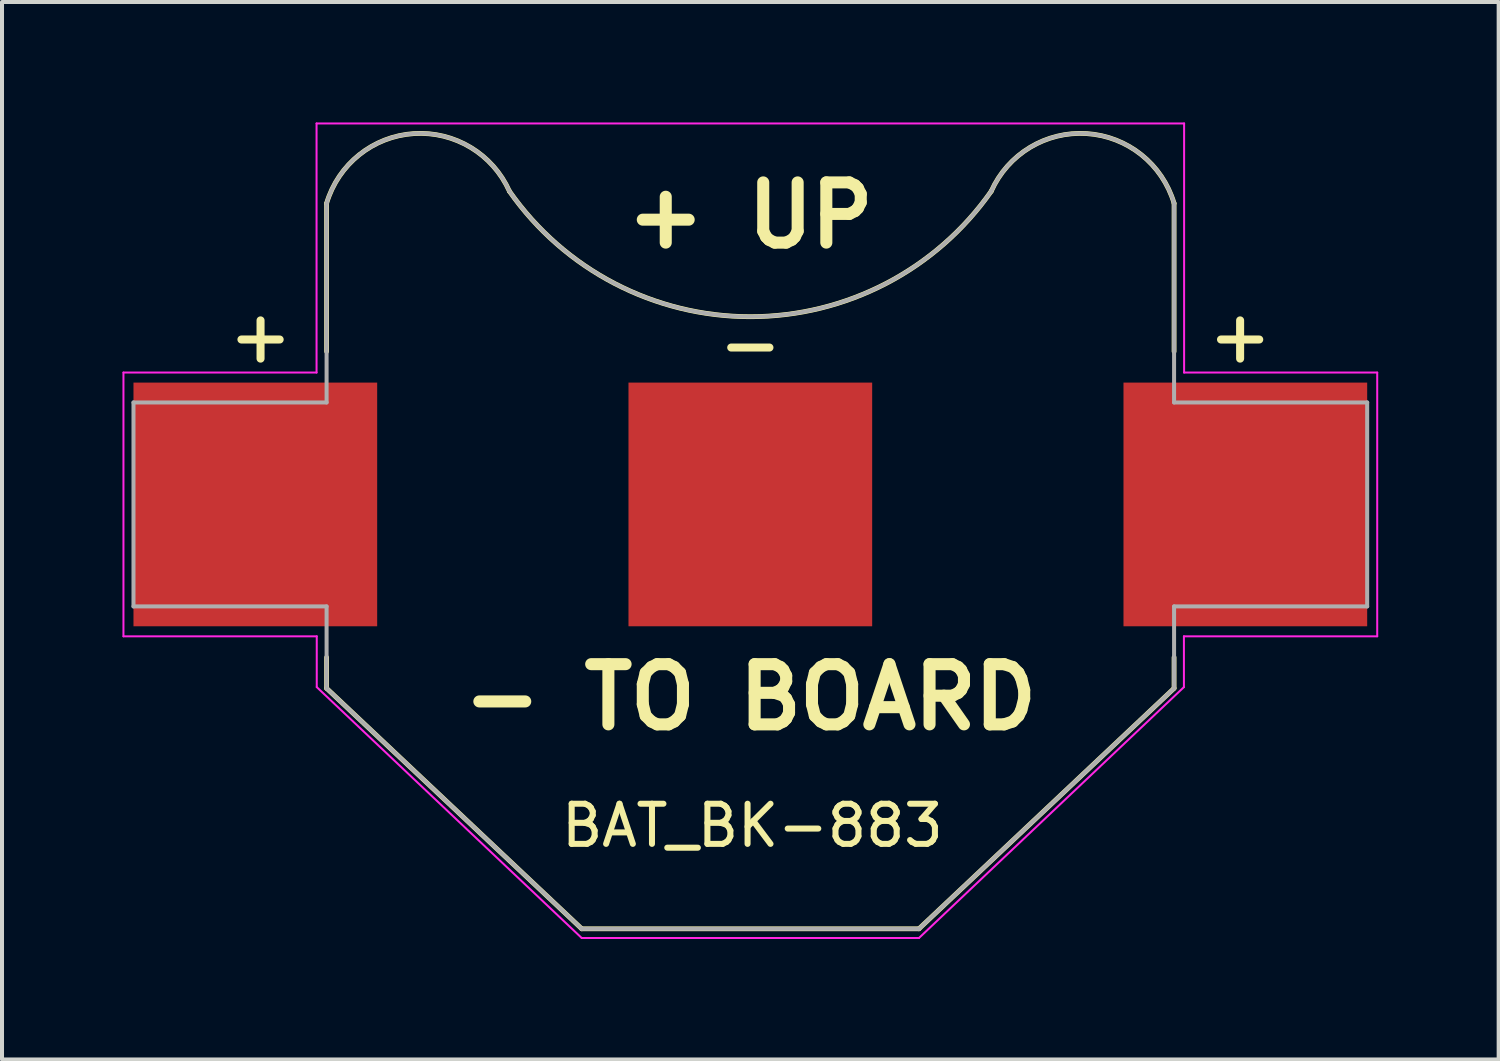
<source format=kicad_pcb>
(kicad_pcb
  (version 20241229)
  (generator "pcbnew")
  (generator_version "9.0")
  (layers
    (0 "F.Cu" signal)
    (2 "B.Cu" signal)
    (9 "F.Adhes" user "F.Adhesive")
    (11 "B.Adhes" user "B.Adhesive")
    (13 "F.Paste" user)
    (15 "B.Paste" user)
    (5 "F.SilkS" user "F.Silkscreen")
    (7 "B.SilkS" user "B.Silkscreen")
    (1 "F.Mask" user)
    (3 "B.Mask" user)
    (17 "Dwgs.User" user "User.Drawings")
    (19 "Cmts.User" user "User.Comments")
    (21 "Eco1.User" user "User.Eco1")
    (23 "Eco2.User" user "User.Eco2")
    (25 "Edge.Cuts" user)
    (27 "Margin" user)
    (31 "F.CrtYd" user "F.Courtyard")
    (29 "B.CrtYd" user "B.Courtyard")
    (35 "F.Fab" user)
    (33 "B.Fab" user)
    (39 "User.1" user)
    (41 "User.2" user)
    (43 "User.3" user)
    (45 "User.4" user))
  (footprint "BAT_BK-883"
    (layer "F.Cu")
    (at 15.64 9.515)
    (property "Reference" "BAT_BK-883" (at 0.05 8 0) (layer "F.SilkS") (effects (font (size 1 1) (thickness 0.15))))
    (attr smd)
    (fp_line (start -10.555 -7.5) (end -10.555 -3.81) (stroke (width 0.12) (type solid)) (layer "F.SilkS"))
    (fp_line (start -10.555 3.81) (end -10.555 4.58) (stroke (width 0.12) (type solid)) (layer "F.SilkS"))
    (fp_line (start -10.555 4.58) (end -4.2 10.57) (stroke (width 0.12) (type solid)) (layer "F.SilkS"))
    (fp_line (start -4.2 10.57) (end 4.2 10.57) (stroke (width 0.12) (type solid)) (layer "F.SilkS"))
    (fp_line (start 4.2 10.57) (end 10.555 4.58) (stroke (width 0.12) (type solid)) (layer "F.SilkS"))
    (fp_line (start 10.555 -3.81) (end 10.555 -7.5) (stroke (width 0.12) (type solid)) (layer "F.SilkS"))
    (fp_line (start 10.555 4.58) (end 10.555 3.81) (stroke (width 0.12) (type solid)) (layer "F.SilkS"))
    (fp_arc (start -10.555 -7.5) (mid -8.382044 -9.237329) (end -6 -7.8) (stroke (width 0.12) (type solid)) (layer "F.SilkS"))
    (fp_arc (start 6 -7.8) (mid 0 -4.676598) (end -6 -7.8) (stroke (width 0.12) (type solid)) (layer "F.SilkS"))
    (fp_arc (start 6 -7.8) (mid 8.382044 -9.237329) (end 10.555 -7.5) (stroke (width 0.12) (type solid)) (layer "F.SilkS"))
    (fp_line (start -15.615 -3.285) (end -15.615 3.285) (stroke (width 0.05) (type solid)) (layer "F.CrtYd"))
    (fp_line (start -15.615 3.285) (end -10.8 3.285) (stroke (width 0.05) (type solid)) (layer "F.CrtYd"))
    (fp_line (start -10.805 -9.49) (end -10.805 -3.285) (stroke (width 0.05) (type solid)) (layer "F.CrtYd"))
    (fp_line (start -10.805 -3.285) (end -15.615 -3.285) (stroke (width 0.05) (type solid)) (layer "F.CrtYd"))
    (fp_line (start -10.8 3.285) (end -10.8 4.55) (stroke (width 0.05) (type solid)) (layer "F.CrtYd"))
    (fp_line (start -10.8 4.55) (end -4.2 10.8) (stroke (width 0.05) (type solid)) (layer "F.CrtYd"))
    (fp_line (start -4.2 10.8) (end 4.2 10.8) (stroke (width 0.05) (type solid)) (layer "F.CrtYd"))
    (fp_line (start 10.8 3.285) (end 15.615 3.285) (stroke (width 0.05) (type solid)) (layer "F.CrtYd"))
    (fp_line (start 10.8 4.55) (end 4.2 10.8) (stroke (width 0.05) (type solid)) (layer "F.CrtYd"))
    (fp_line (start 10.8 4.55) (end 10.8 3.285) (stroke (width 0.05) (type solid)) (layer "F.CrtYd"))
    (fp_line (start 10.805 -9.49) (end -10.805 -9.49) (stroke (width 0.05) (type solid)) (layer "F.CrtYd"))
    (fp_line (start 10.805 -3.285) (end 10.805 -9.49) (stroke (width 0.05) (type solid)) (layer "F.CrtYd"))
    (fp_line (start 15.615 -3.285) (end 10.805 -3.285) (stroke (width 0.05) (type solid)) (layer "F.CrtYd"))
    (fp_line (start 15.615 3.285) (end 15.615 -3.285) (stroke (width 0.05) (type solid)) (layer "F.CrtYd"))
    (fp_line (start -15.365 -2.54) (end -15.365 2.54) (stroke (width 0.1) (type solid)) (layer "F.Fab"))
    (fp_line (start -15.365 2.54) (end -10.555 2.54) (stroke (width 0.1) (type solid)) (layer "F.Fab"))
    (fp_line (start -10.555 -7.5) (end -10.555 -2.54) (stroke (width 0.1) (type solid)) (layer "F.Fab"))
    (fp_line (start -10.555 -2.54) (end -15.365 -2.54) (stroke (width 0.1) (type solid)) (layer "F.Fab"))
    (fp_line (start -10.555 2.54) (end -10.555 4.58) (stroke (width 0.1) (type solid)) (layer "F.Fab"))
    (fp_line (start -10.555 4.58) (end -4.2 10.57) (stroke (width 0.1) (type solid)) (layer "F.Fab"))
    (fp_line (start -4.2 10.57) (end 4.2 10.57) (stroke (width 0.1) (type solid)) (layer "F.Fab"))
    (fp_line (start 4.2 10.57) (end 10.555 4.58) (stroke (width 0.1) (type solid)) (layer "F.Fab"))
    (fp_line (start 10.555 -2.54) (end 10.555 -7.5) (stroke (width 0.1) (type solid)) (layer "F.Fab"))
    (fp_line (start 10.555 2.54) (end 15.365 2.54) (stroke (width 0.1) (type solid)) (layer "F.Fab"))
    (fp_line (start 10.555 4.58) (end 10.555 2.54) (stroke (width 0.1) (type solid)) (layer "F.Fab"))
    (fp_line (start 15.365 -2.54) (end 10.555 -2.54) (stroke (width 0.1) (type solid)) (layer "F.Fab"))
    (fp_line (start 15.365 2.54) (end 15.365 -2.54) (stroke (width 0.1) (type solid)) (layer "F.Fab"))
    (fp_arc (start -10.555 -7.5) (mid -8.382044 -9.237329) (end -6 -7.8) (stroke (width 0.1) (type solid)) (layer "F.Fab"))
    (fp_arc (start 6 -7.8) (mid 0 -4.676598) (end -6 -7.8) (stroke (width 0.1) (type solid)) (layer "F.Fab"))
    (fp_arc (start 6 -7.8) (mid 8.382044 -9.237329) (end 10.555 -7.5) (stroke (width 0.1) (type solid)) (layer "F.Fab"))
    (fp_text user "+" (at 12.2 -4.2 0) (layer "F.SilkS") (effects (font (size 1.25 1.25) (thickness 0.2))))
    (fp_text user "-" (at 0 -4 0) (layer "F.SilkS") (effects (font (size 1.25 1.25) (thickness 0.2))))
    (fp_text user "+ UP" (at 0 -7.2 0) (layer "F.SilkS") (effects (font (size 1.5 1.5) (thickness 0.3))))
    (fp_text user "- TO BOARD" (at 0 4.8 0) (layer "F.SilkS") (effects (font (size 1.5 1.5) (thickness 0.3))))
    (fp_text user "+" (at -12.2 -4.2 0) (layer "F.SilkS") (effects (font (size 1.25 1.25) (thickness 0.2))))
    (pad "1" smd rect (at -12.33 0) (size 6.07 6.07) (layers "F.Cu" "F.Mask" "F.Paste"))
    (pad "2" smd rect (at 0 0) (size 6.07 6.07) (layers "F.Cu" "F.Mask"))
    (pad "3" smd rect (at 12.33 0) (size 6.07 6.07) (layers "F.Cu" "F.Mask" "F.Paste")))
  (gr_rect
    (start -3 -3)
    (end 34.28 23.34)
    (stroke (width 0.1) (type default))
    (fill no)
    (layer "Edge.Cuts")))
</source>
